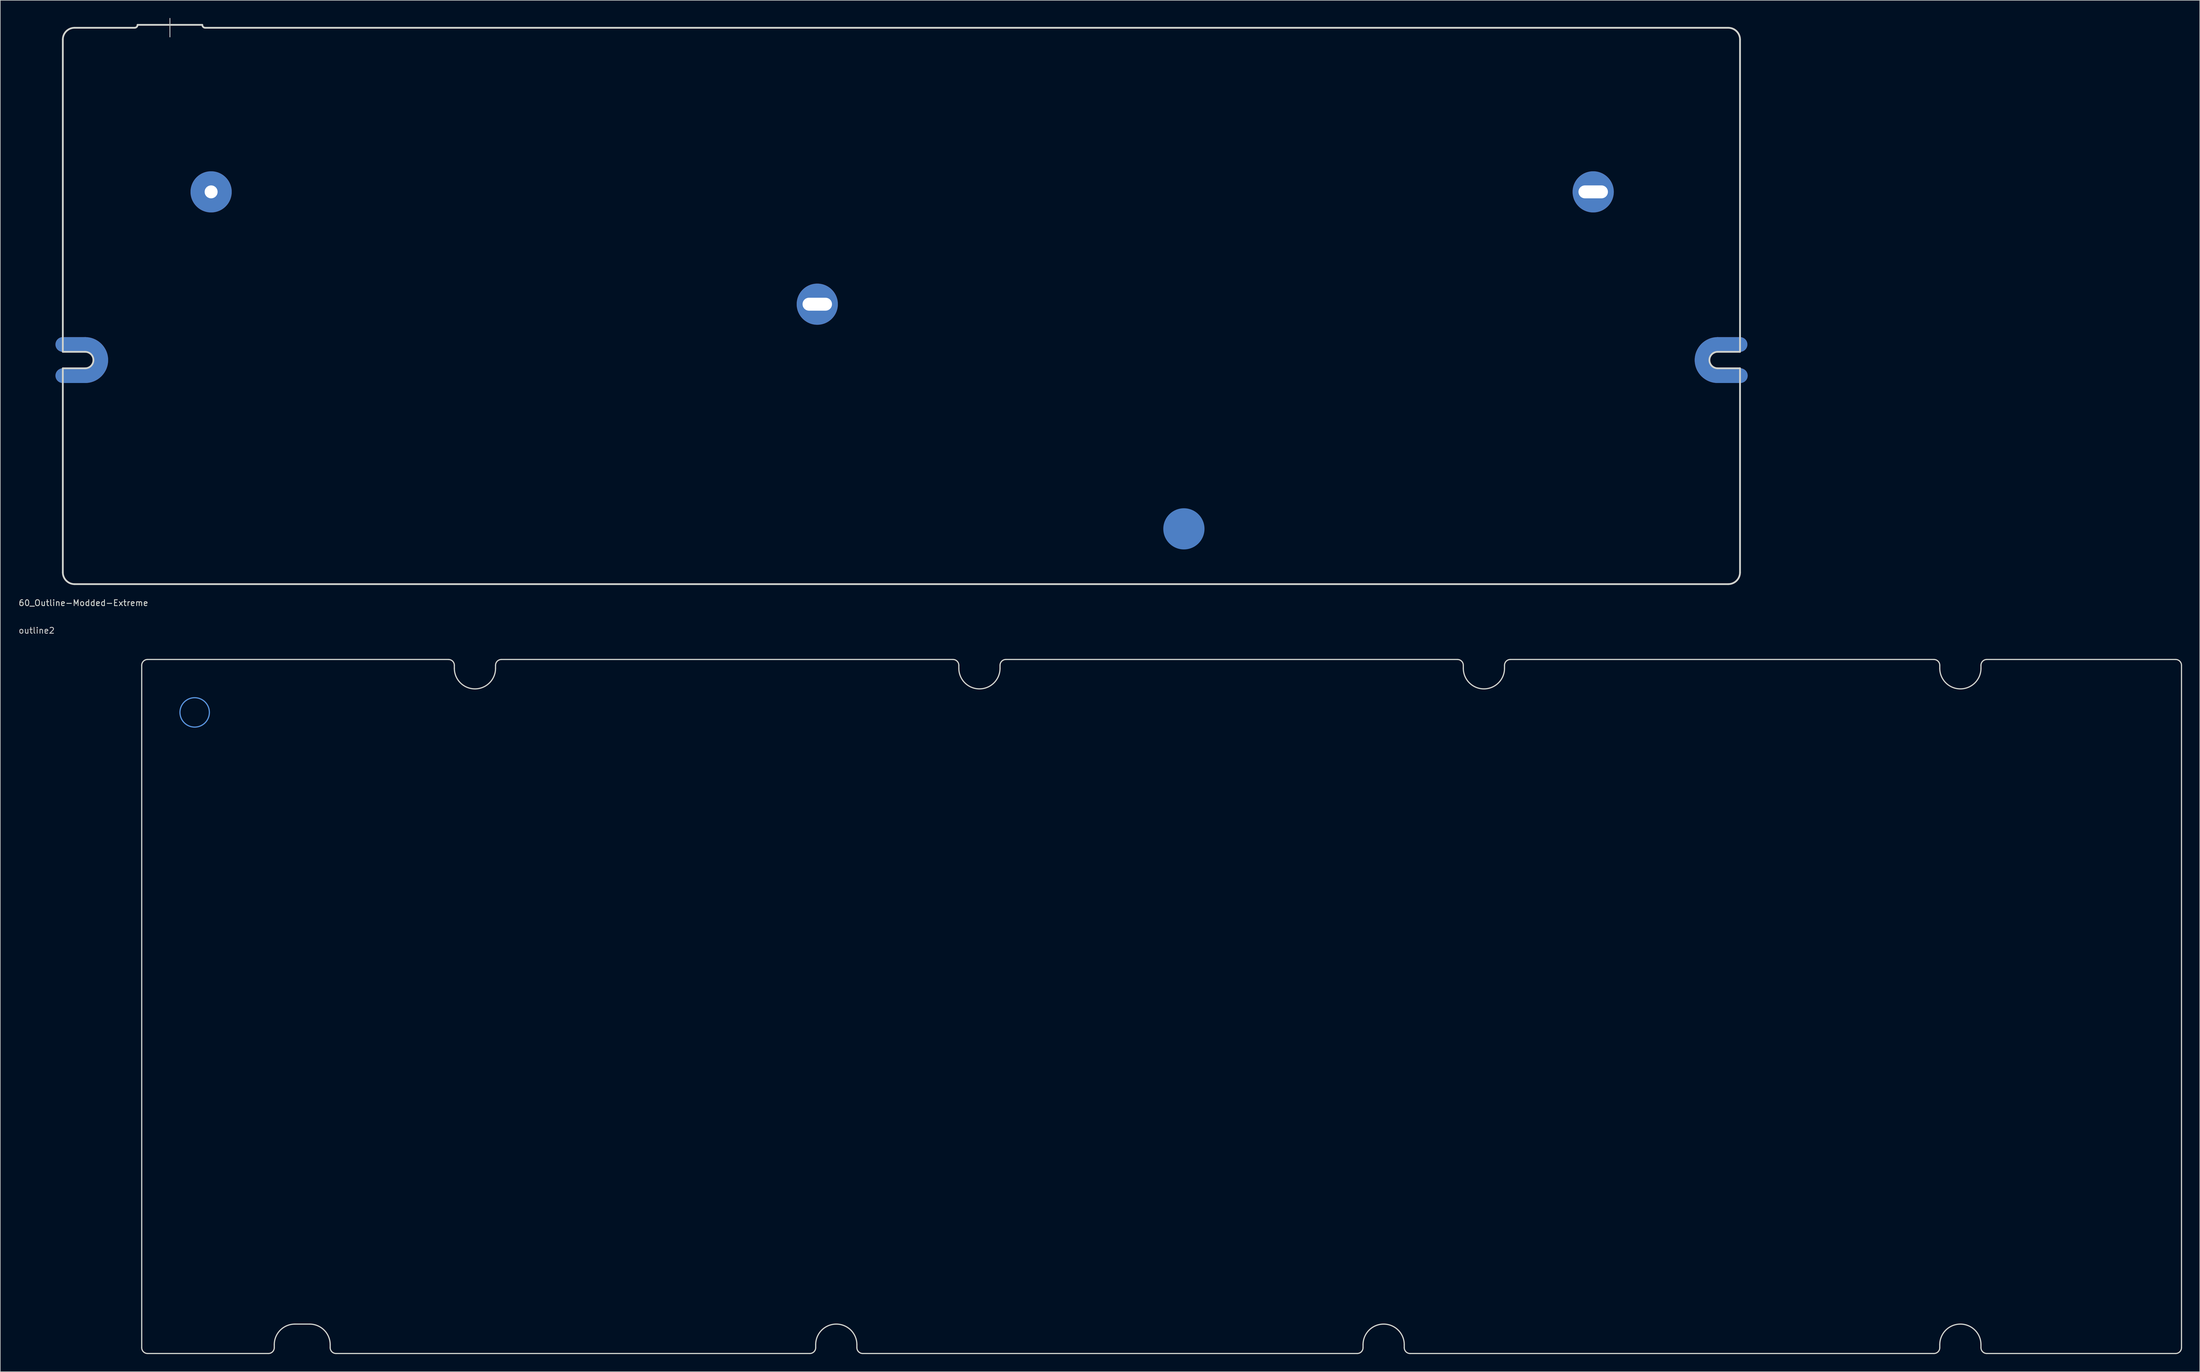
<source format=kicad_pcb>
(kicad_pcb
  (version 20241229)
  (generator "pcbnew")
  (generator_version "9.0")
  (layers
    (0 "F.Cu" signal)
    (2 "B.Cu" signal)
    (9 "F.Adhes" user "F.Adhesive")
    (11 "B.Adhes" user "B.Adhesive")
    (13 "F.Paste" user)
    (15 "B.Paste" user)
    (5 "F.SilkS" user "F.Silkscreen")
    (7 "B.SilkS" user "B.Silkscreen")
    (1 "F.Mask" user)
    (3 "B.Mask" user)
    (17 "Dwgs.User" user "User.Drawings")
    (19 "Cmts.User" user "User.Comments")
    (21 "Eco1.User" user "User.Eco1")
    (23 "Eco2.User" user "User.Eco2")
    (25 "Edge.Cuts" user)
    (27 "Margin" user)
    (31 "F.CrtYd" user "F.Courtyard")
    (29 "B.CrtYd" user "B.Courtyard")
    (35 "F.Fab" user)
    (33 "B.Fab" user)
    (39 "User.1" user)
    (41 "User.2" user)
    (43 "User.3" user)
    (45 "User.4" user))
  (footprint "outline2"
    (layer "F.Cu")
    (at 30.033 118.086)
    (property "Reference" "outline2" (at -26.86 -13.915 0) (layer "Dwgs.User") (effects (font (size 1 1) (thickness 0.15))))
    (attr through_hole)
    (fp_circle (center -0.003 -0.001) (end 2.497 -0.001) (stroke (width 0.2) (type solid)) (fill no) (layer "Cmts.User"))
    (fp_line (start -9.002 108.012) (end -9.003 -8.001) (stroke (width 0.2) (type solid)) (layer "Edge.Cuts"))
    (fp_line (start -8.002 -9.001) (end 43.123 -9.001) (stroke (width 0.2) (type solid)) (layer "Edge.Cuts"))
    (fp_line (start 12.523 109.012) (end -8.002 109.012) (stroke (width 0.2) (type solid)) (layer "Edge.Cuts"))
    (fp_line (start 13.523 107.512) (end 13.523 108.012) (stroke (width 0.2) (type solid)) (layer "Edge.Cuts"))
    (fp_line (start 19.523 104.012) (end 17.023 104.012) (stroke (width 0.2) (type solid)) (layer "Edge.Cuts"))
    (fp_line (start 23.023 108.012) (end 23.023 107.512) (stroke (width 0.2) (type solid)) (layer "Edge.Cuts"))
    (fp_line (start 44.123 -8.001) (end 44.123 -7.5) (stroke (width 0.2) (type solid)) (layer "Edge.Cuts"))
    (fp_line (start 51.122 -7.5) (end 51.122 -8.001) (stroke (width 0.2) (type solid)) (layer "Edge.Cuts"))
    (fp_line (start 52.123 -9.001) (end 128.847 -9.001) (stroke (width 0.2) (type solid)) (layer "Edge.Cuts"))
    (fp_line (start 104.522 109.012) (end 24.023 109.012) (stroke (width 0.2) (type solid)) (layer "Edge.Cuts"))
    (fp_line (start 105.522 107.512) (end 105.522 108.012) (stroke (width 0.2) (type solid)) (layer "Edge.Cuts"))
    (fp_line (start 112.522 108.012) (end 112.522 107.512) (stroke (width 0.2) (type solid)) (layer "Edge.Cuts"))
    (fp_line (start 129.847 -8.001) (end 129.847 -7.5) (stroke (width 0.2) (type solid)) (layer "Edge.Cuts"))
    (fp_line (start 136.847 -7.5) (end 136.847 -8.001) (stroke (width 0.2) (type solid)) (layer "Edge.Cuts"))
    (fp_line (start 137.847 -9.001) (end 214.572 -9.001) (stroke (width 0.2) (type solid)) (layer "Edge.Cuts"))
    (fp_line (start 197.535 109.012) (end 113.522 109.012) (stroke (width 0.2) (type solid)) (layer "Edge.Cuts"))
    (fp_line (start 198.535 107.512) (end 198.535 108.012) (stroke (width 0.2) (type solid)) (layer "Edge.Cuts"))
    (fp_line (start 205.535 108.012) (end 205.535 107.512) (stroke (width 0.2) (type solid)) (layer "Edge.Cuts"))
    (fp_line (start 215.572 -8.001) (end 215.572 -7.5) (stroke (width 0.2) (type solid)) (layer "Edge.Cuts"))
    (fp_line (start 222.572 -7.5) (end 222.572 -8.001) (stroke (width 0.2) (type solid)) (layer "Edge.Cuts"))
    (fp_line (start 223.572 -9.001) (end 295.535 -9.001) (stroke (width 0.2) (type solid)) (layer "Edge.Cuts"))
    (fp_line (start 295.535 109.012) (end 206.535 109.012) (stroke (width 0.2) (type solid)) (layer "Edge.Cuts"))
    (fp_line (start 296.535 -8.001) (end 296.535 -7.5) (stroke (width 0.2) (type solid)) (layer "Edge.Cuts"))
    (fp_line (start 296.535 107.512) (end 296.535 108.012) (stroke (width 0.2) (type solid)) (layer "Edge.Cuts"))
    (fp_line (start 303.535 -7.5) (end 303.535 -8.001) (stroke (width 0.2) (type solid)) (layer "Edge.Cuts"))
    (fp_line (start 303.535 108.012) (end 303.535 107.512) (stroke (width 0.2) (type solid)) (layer "Edge.Cuts"))
    (fp_line (start 304.535 -9.001) (end 336.61 -9.001) (stroke (width 0.2) (type solid)) (layer "Edge.Cuts"))
    (fp_line (start 336.61 109.012) (end 304.535 109.012) (stroke (width 0.2) (type solid)) (layer "Edge.Cuts"))
    (fp_line (start 337.61 -8.001) (end 337.61 108.012) (stroke (width 0.2) (type solid)) (layer "Edge.Cuts"))
    (fp_arc (start -9.0025 -8.0005) (mid -8.709607 -8.707607) (end -8.0025 -9.0005) (stroke (width 0.2) (type solid)) (layer "Edge.Cuts"))
    (fp_arc (start -8.002501 109.011999) (mid -8.709607 108.719106) (end -9.0025 108.012) (stroke (width 0.2) (type solid)) (layer "Edge.Cuts"))
    (fp_arc (start 13.5225 107.512) (mid 14.547626 105.037126) (end 17.0225 104.012) (stroke (width 0.2) (type solid)) (layer "Edge.Cuts"))
    (fp_arc (start 13.5225 108.012) (mid 13.229607 108.719107) (end 12.5225 109.012) (stroke (width 0.2) (type solid)) (layer "Edge.Cuts"))
    (fp_arc (start 19.5225 104.012) (mid 21.997374 105.037126) (end 23.0225 107.512) (stroke (width 0.2) (type solid)) (layer "Edge.Cuts"))
    (fp_arc (start 24.0225 109.012) (mid 23.315393 108.719107) (end 23.0225 108.012) (stroke (width 0.2) (type solid)) (layer "Edge.Cuts"))
    (fp_arc (start 43.122499 -9.000501) (mid 43.829606 -8.707607) (end 44.1225 -8.0005) (stroke (width 0.2) (type solid)) (layer "Edge.Cuts"))
    (fp_arc (start 51.122498 -7.5005) (mid 47.622499 -4.000501) (end 44.1225 -7.5005) (stroke (width 0.2) (type solid)) (layer "Edge.Cuts"))
    (fp_arc (start 51.1225 -8.0005) (mid 51.415393 -8.707607) (end 52.1225 -9.0005) (stroke (width 0.2) (type solid)) (layer "Edge.Cuts"))
    (fp_arc (start 105.5225 107.512) (mid 109.0225 104.012) (end 112.5225 107.512) (stroke (width 0.2) (type solid)) (layer "Edge.Cuts"))
    (fp_arc (start 105.5225 108.012) (mid 105.229607 108.719107) (end 104.5225 109.012) (stroke (width 0.2) (type solid)) (layer "Edge.Cuts"))
    (fp_arc (start 113.5225 109.012) (mid 112.815393 108.719107) (end 112.5225 108.012) (stroke (width 0.2) (type solid)) (layer "Edge.Cuts"))
    (fp_arc (start 128.847499 -9.0005) (mid 129.554606 -8.707607) (end 129.847499 -8.0005) (stroke (width 0.2) (type solid)) (layer "Edge.Cuts"))
    (fp_arc (start 136.847499 -8.0005) (mid 137.140392 -8.707607) (end 137.847499 -9.0005) (stroke (width 0.2) (type solid)) (layer "Edge.Cuts"))
    (fp_arc (start 136.847499 -7.5005) (mid 133.347499 -4.0005) (end 129.847499 -7.5005) (stroke (width 0.2) (type solid)) (layer "Edge.Cuts"))
    (fp_arc (start 198.534999 107.512) (mid 202.034999 104.012) (end 205.534999 107.512) (stroke (width 0.2) (type solid)) (layer "Edge.Cuts"))
    (fp_arc (start 198.534999 108.012) (mid 198.242106 108.719107) (end 197.534999 109.012) (stroke (width 0.2) (type solid)) (layer "Edge.Cuts"))
    (fp_arc (start 206.534999 109.012) (mid 205.827892 108.719107) (end 205.534999 108.012) (stroke (width 0.2) (type solid)) (layer "Edge.Cuts"))
    (fp_arc (start 214.5725 -9.0005) (mid 215.279607 -8.707607) (end 215.5725 -8.0005) (stroke (width 0.2) (type solid)) (layer "Edge.Cuts"))
    (fp_arc (start 222.5725 -8.0005) (mid 222.865393 -8.707607) (end 223.5725 -9.0005) (stroke (width 0.2) (type solid)) (layer "Edge.Cuts"))
    (fp_arc (start 222.5725 -7.5005) (mid 219.0725 -4.0005) (end 215.5725 -7.5005) (stroke (width 0.2) (type solid)) (layer "Edge.Cuts"))
    (fp_arc (start 295.534999 -9.0005) (mid 296.242106 -8.707607) (end 296.534999 -8.0005) (stroke (width 0.2) (type solid)) (layer "Edge.Cuts"))
    (fp_arc (start 296.534999 107.512) (mid 300.034999 104.012) (end 303.534999 107.512) (stroke (width 0.2) (type solid)) (layer "Edge.Cuts"))
    (fp_arc (start 296.534999 108.012) (mid 296.242106 108.719107) (end 295.534999 109.012) (stroke (width 0.2) (type solid)) (layer "Edge.Cuts"))
    (fp_arc (start 303.534999 -8.0005) (mid 303.827892 -8.707607) (end 304.534999 -9.0005) (stroke (width 0.2) (type solid)) (layer "Edge.Cuts"))
    (fp_arc (start 303.534999 -7.5005) (mid 300.034999 -4.0005) (end 296.534999 -7.5005) (stroke (width 0.2) (type solid)) (layer "Edge.Cuts"))
    (fp_arc (start 304.535 109.012) (mid 303.827893 108.719107) (end 303.535 108.012) (stroke (width 0.2) (type solid)) (layer "Edge.Cuts"))
    (fp_arc (start 336.61 -9.0005) (mid 337.317107 -8.707607) (end 337.61 -8.0005) (stroke (width 0.2) (type solid)) (layer "Edge.Cuts"))
    (fp_arc (start 337.61 108.012) (mid 337.317107 108.719107) (end 336.61 109.012) (stroke (width 0.2) (type solid)) (layer "Edge.Cuts")))
  (footprint "60_Outline-Modded-Extreme"
    (layer "F.Cu")
    (at 150.125 48.975)
    (property "Reference" "60_Outline-Modded-Extreme" (at -139 50.5 0) (layer "Edge.Cuts") (effects (font (size 1 1) (thickness 0.15))))
    (attr through_hole)
    (fp_line (start -142.5 6.549) (end -138.7 6.549) (stroke (width 2.502) (type solid)) (layer "F.Cu"))
    (fp_line (start -142.5 11.851) (end -138.7 11.851) (stroke (width 2.502) (type solid)) (layer "F.Cu"))
    (fp_line (start 138.7 6.549) (end 142.5 6.549) (stroke (width 2.502) (type solid)) (layer "F.Cu"))
    (fp_line (start 138.7 11.851) (end 142.55 11.851) (stroke (width 2.502) (type solid)) (layer "F.Cu"))
    (fp_arc (start -138.7 6.54905) (mid -136.825495 7.325495) (end -136.04905 9.2) (stroke (width 2.5019) (type solid)) (layer "F.Cu"))
    (fp_arc (start -136.04905 9.2) (mid -136.825495 11.074505) (end -138.7 11.85095) (stroke (width 2.5019) (type solid)) (layer "F.Cu"))
    (fp_arc (start 136.04905 9.2) (mid 136.825495 7.325495) (end 138.7 6.54905) (stroke (width 2.5019) (type solid)) (layer "F.Cu"))
    (fp_arc (start 138.7 11.85095) (mid 136.825495 11.074505) (end 136.04905 9.2) (stroke (width 2.5019) (type solid)) (layer "F.Cu"))
    (fp_line (start -142.5 6.549) (end -138.7 6.549) (stroke (width 2.502) (type solid)) (layer "F.Mask"))
    (fp_line (start -142.5 11.851) (end -138.7 11.851) (stroke (width 2.502) (type solid)) (layer "F.Mask"))
    (fp_line (start 138.7 6.549) (end 142.5 6.549) (stroke (width 2.502) (type solid)) (layer "F.Mask"))
    (fp_line (start 138.7 11.851) (end 142.55 11.851) (stroke (width 2.502) (type solid)) (layer "F.Mask"))
    (fp_arc (start -138.7 6.54905) (mid -136.825495 7.325495) (end -136.04905 9.2) (stroke (width 2.5019) (type solid)) (layer "F.Mask"))
    (fp_arc (start -136.04905 9.2) (mid -136.825495 11.074505) (end -138.7 11.85095) (stroke (width 2.5019) (type solid)) (layer "F.Mask"))
    (fp_arc (start 136.04905 9.2) (mid 136.825495 7.325495) (end 138.7 6.54905) (stroke (width 2.5019) (type solid)) (layer "F.Mask"))
    (fp_arc (start 138.7 11.85095) (mid 136.825495 11.074505) (end 136.04905 9.2) (stroke (width 2.5019) (type solid)) (layer "F.Mask"))
    (fp_line (start -142.5 6.549) (end -138.7 6.549) (stroke (width 2.502) (type solid)) (layer "B.Cu"))
    (fp_line (start -142.5 11.851) (end -138.7 11.851) (stroke (width 2.502) (type solid)) (layer "B.Cu"))
    (fp_line (start 138.7 6.549) (end 142.5 6.549) (stroke (width 2.502) (type solid)) (layer "B.Cu"))
    (fp_line (start 138.7 11.851) (end 142.55 11.851) (stroke (width 2.502) (type solid)) (layer "B.Cu"))
    (fp_arc (start -138.7 6.54905) (mid -136.825495 7.325495) (end -136.04905 9.2) (stroke (width 2.5019) (type solid)) (layer "B.Cu"))
    (fp_arc (start -136.04905 9.2) (mid -136.825495 11.074505) (end -138.7 11.85095) (stroke (width 2.5019) (type solid)) (layer "B.Cu"))
    (fp_arc (start 136.04905 9.2) (mid 136.825495 7.325495) (end 138.7 6.54905) (stroke (width 2.5019) (type solid)) (layer "B.Cu"))
    (fp_arc (start 138.7 11.85095) (mid 136.825495 11.074505) (end 136.04905 9.2) (stroke (width 2.5019) (type solid)) (layer "B.Cu"))
    (fp_line (start -142.5 6.549) (end -138.7 6.549) (stroke (width 2.502) (type solid)) (layer "B.Mask"))
    (fp_line (start -142.5 11.851) (end -138.7 11.851) (stroke (width 2.502) (type solid)) (layer "B.Mask"))
    (fp_line (start 138.7 6.549) (end 142.5 6.549) (stroke (width 2.502) (type solid)) (layer "B.Mask"))
    (fp_line (start 138.7 11.851) (end 142.55 11.851) (stroke (width 2.502) (type solid)) (layer "B.Mask"))
    (fp_arc (start -138.7 6.54905) (mid -136.825495 7.325495) (end -136.04905 9.2) (stroke (width 2.5019) (type solid)) (layer "B.Mask"))
    (fp_arc (start -136.04905 9.2) (mid -136.825495 11.074505) (end -138.7 11.85095) (stroke (width 2.5019) (type solid)) (layer "B.Mask"))
    (fp_arc (start 136.04905 9.2) (mid 136.825495 7.325495) (end 138.7 6.54905) (stroke (width 2.5019) (type solid)) (layer "B.Mask"))
    (fp_arc (start 138.7 11.85095) (mid 136.825495 11.074505) (end 136.04905 9.2) (stroke (width 2.5019) (type solid)) (layer "B.Mask"))
    (fp_line (start -124.3 -48.9) (end -124.3 -45.75) (stroke (width 0.15) (type solid)) (layer "Dwgs.User"))
    (fp_line (start -142.5 7.8) (end -142.5 -45.3) (stroke (width 0.3) (type solid)) (layer "Edge.Cuts"))
    (fp_line (start -142.5 10.6) (end -138.7 10.6) (stroke (width 0.3) (type solid)) (layer "Edge.Cuts"))
    (fp_line (start -142.5 45.3) (end -142.5 10.6) (stroke (width 0.3) (type solid)) (layer "Edge.Cuts"))
    (fp_line (start -140.5 -47.3) (end -130.3 -47.3) (stroke (width 0.3) (type solid)) (layer "Edge.Cuts"))
    (fp_line (start -140.5 47.3) (end 140.5 47.3) (stroke (width 0.3) (type solid)) (layer "Edge.Cuts"))
    (fp_line (start -138.7 7.8) (end -142.5 7.8) (stroke (width 0.3) (type solid)) (layer "Edge.Cuts"))
    (fp_line (start -129.8 -47.8) (end -118.8 -47.8) (stroke (width 0.3) (type solid)) (layer "Edge.Cuts"))
    (fp_line (start 138.7 7.8) (end 142.5 7.8) (stroke (width 0.3) (type solid)) (layer "Edge.Cuts"))
    (fp_line (start 138.7 10.6) (end 142.5 10.6) (stroke (width 0.3) (type solid)) (layer "Edge.Cuts"))
    (fp_line (start 140.5 -47.3) (end -118.3 -47.3) (stroke (width 0.3) (type solid)) (layer "Edge.Cuts"))
    (fp_line (start 142.5 7.8) (end 142.5 -45.3) (stroke (width 0.3) (type solid)) (layer "Edge.Cuts"))
    (fp_line (start 142.5 10.6) (end 142.5 45.3) (stroke (width 0.3) (type solid)) (layer "Edge.Cuts"))
    (fp_arc (start -142.5 -45.3) (mid -141.914214 -46.714214) (end -140.5 -47.3) (stroke (width 0.3) (type solid)) (layer "Edge.Cuts"))
    (fp_arc (start -140.5 47.3) (mid -141.914214 46.714214) (end -142.5 45.3) (stroke (width 0.3) (type solid)) (layer "Edge.Cuts"))
    (fp_arc (start -138.7 7.8) (mid -137.710051 8.210051) (end -137.3 9.2) (stroke (width 0.3) (type solid)) (layer "Edge.Cuts"))
    (fp_arc (start -137.3 9.2) (mid -137.710051 10.189949) (end -138.7 10.6) (stroke (width 0.3) (type solid)) (layer "Edge.Cuts"))
    (fp_arc (start -129.8 -47.8) (mid -129.946447 -47.446447) (end -130.3 -47.3) (stroke (width 0.3) (type solid)) (layer "Edge.Cuts"))
    (fp_arc (start -118.3 -47.3) (mid -118.653553 -47.446447) (end -118.8 -47.8) (stroke (width 0.3) (type solid)) (layer "Edge.Cuts"))
    (fp_arc (start 137.3 9.2) (mid 137.710051 8.210051) (end 138.7 7.8) (stroke (width 0.3) (type solid)) (layer "Edge.Cuts"))
    (fp_arc (start 138.7 10.6) (mid 137.710051 10.189949) (end 137.3 9.2) (stroke (width 0.3) (type solid)) (layer "Edge.Cuts"))
    (fp_arc (start 140.5 -47.3) (mid 141.914214 -46.714214) (end 142.5 -45.3) (stroke (width 0.3) (type solid)) (layer "Edge.Cuts"))
    (fp_arc (start 142.5 45.3) (mid 141.914214 46.714214) (end 140.5 47.3) (stroke (width 0.3) (type solid)) (layer "Edge.Cuts"))
    (pad "1" thru_hole circle (at -117.3 -19.4) (size 7 7) (drill 2.2) (layers "*.Cu" "*.Mask"))
    (pad "1" thru_hole circle (at -14.3 -0.3) (size 7 7) (drill oval 5 2.2) (layers "*.Cu" "*.Mask"))
    (pad "1" smd circle (at 48 37.9) (size 7 7) (layers "B.Cu" "B.Mask"))
    (pad "1" thru_hole circle (at 117.55 -19.4) (size 7 7) (drill oval 5 2.2) (layers "*.Cu" "*.Mask")))
  (gr_rect
    (start -3 -3)
    (end 370.743 230.198)
    (stroke (width 0.1) (type default))
    (fill no)
    (layer "Edge.Cuts")))
</source>
